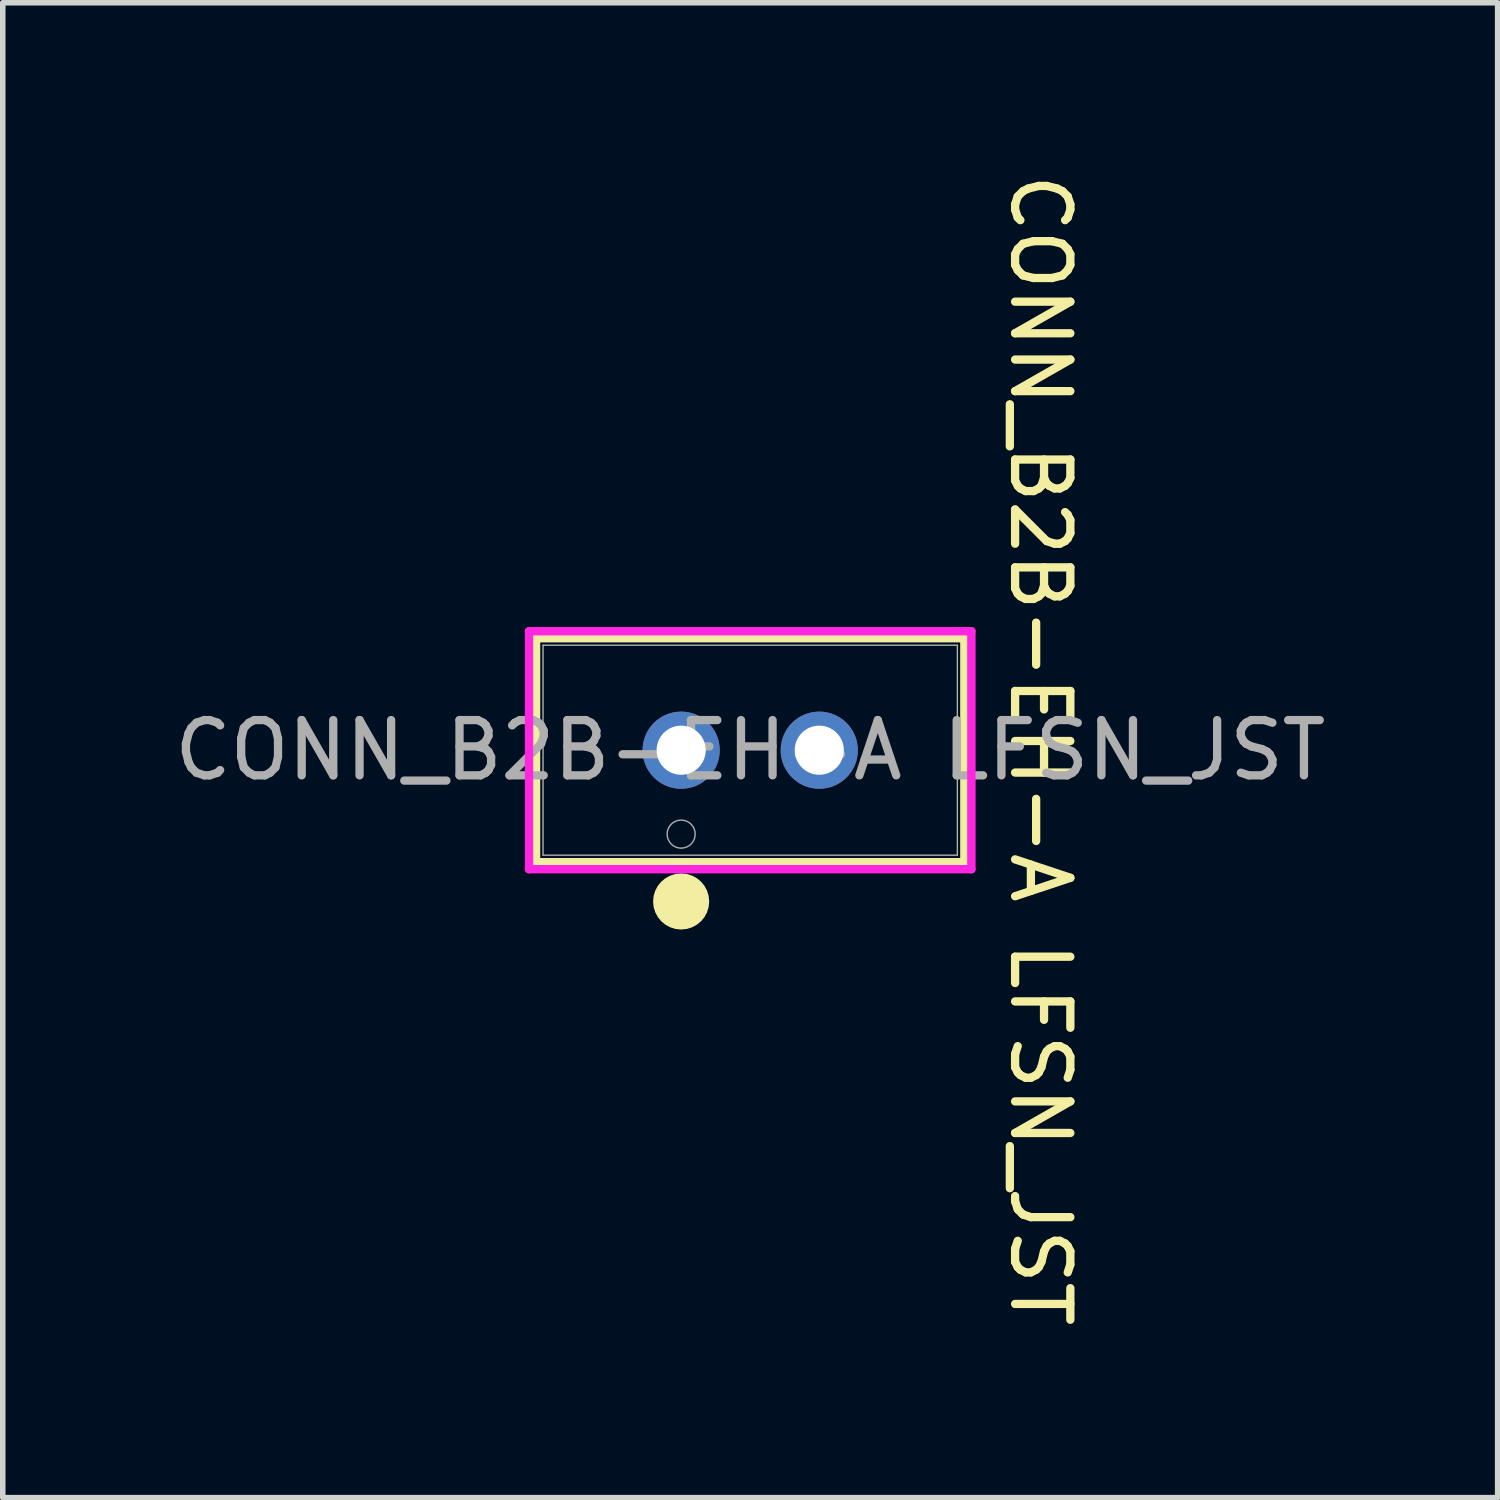
<source format=kicad_pcb>
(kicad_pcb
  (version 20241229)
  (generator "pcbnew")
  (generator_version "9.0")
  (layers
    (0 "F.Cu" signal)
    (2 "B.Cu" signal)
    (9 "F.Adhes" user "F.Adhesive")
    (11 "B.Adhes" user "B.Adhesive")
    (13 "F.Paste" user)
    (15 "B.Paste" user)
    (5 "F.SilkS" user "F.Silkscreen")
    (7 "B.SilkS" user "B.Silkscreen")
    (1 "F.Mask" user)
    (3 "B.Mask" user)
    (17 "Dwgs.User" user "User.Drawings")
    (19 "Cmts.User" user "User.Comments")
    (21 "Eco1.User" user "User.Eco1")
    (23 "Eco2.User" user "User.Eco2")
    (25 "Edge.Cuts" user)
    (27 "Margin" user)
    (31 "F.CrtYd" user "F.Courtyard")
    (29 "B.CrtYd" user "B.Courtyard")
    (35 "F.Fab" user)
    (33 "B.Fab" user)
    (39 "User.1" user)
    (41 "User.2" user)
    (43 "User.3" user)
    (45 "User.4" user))
  (footprint "CONN_B2B-EH-A LFSN_JST"
    (layer "F.Cu")
    (at 9.28 10.53)
    (property "Reference" "CONN_B2B-EH-A LFSN_JST" (at 6.5 0 270) (unlocked yes) (layer "F.SilkS") (effects (font (size 1 1) (thickness 0.15))))
    (attr through_hole)
    (fp_line (start -2.627 -2.027) (end -2.627 2.027) (stroke (width 0.152) (type solid)) (layer "F.SilkS"))
    (fp_line (start -2.627 2.027) (end 5.127 2.027) (stroke (width 0.152) (type solid)) (layer "F.SilkS"))
    (fp_line (start 5.127 -2.027) (end -2.627 -2.027) (stroke (width 0.152) (type solid)) (layer "F.SilkS"))
    (fp_line (start 5.127 2.027) (end 5.127 -2.027) (stroke (width 0.152) (type solid)) (layer "F.SilkS"))
    (fp_circle (center 0 2.738) (end 0.254 2.738) (stroke (width 0.508) (type solid)) (fill no) (layer "F.SilkS"))
    (fp_line (start -2.754 -2.154) (end -2.754 2.154) (stroke (width 0.152) (type solid)) (layer "F.CrtYd"))
    (fp_line (start -2.754 2.154) (end 5.254 2.154) (stroke (width 0.152) (type solid)) (layer "F.CrtYd"))
    (fp_line (start 5.254 -2.154) (end -2.754 -2.154) (stroke (width 0.152) (type solid)) (layer "F.CrtYd"))
    (fp_line (start 5.254 2.154) (end 5.254 -2.154) (stroke (width 0.152) (type solid)) (layer "F.CrtYd"))
    (fp_line (start -2.5 -1.9) (end -2.5 1.9) (stroke (width 0.025) (type solid)) (layer "F.Fab"))
    (fp_line (start -2.5 1.9) (end 5 1.9) (stroke (width 0.025) (type solid)) (layer "F.Fab"))
    (fp_line (start 5 -1.9) (end -2.5 -1.9) (stroke (width 0.025) (type solid)) (layer "F.Fab"))
    (fp_line (start 5 1.9) (end 5 -1.9) (stroke (width 0.025) (type solid)) (layer "F.Fab"))
    (fp_circle (center 0 1.519) (end 0.254 1.519) (stroke (width 0.025) (type solid)) (fill no) (layer "F.Fab"))
    (fp_text user "${REFERENCE}" (at 1.25 0 0) (unlocked yes) (layer "F.Fab") (effects (font (size 1 1) (thickness 0.15))))
    (pad "1" thru_hole circle (at 0 0) (size 1.397 1.397) (drill 0.889) (layers "*.Cu" "*.Mask"))
    (pad "2" thru_hole circle (at 2.5 0) (size 1.397 1.397) (drill 0.889) (layers "*.Cu" "*.Mask")))
  (gr_rect
    (start -3 -3)
    (end 24.06 24.06)
    (stroke (width 0.1) (type default))
    (fill no)
    (layer "Edge.Cuts")))
</source>
